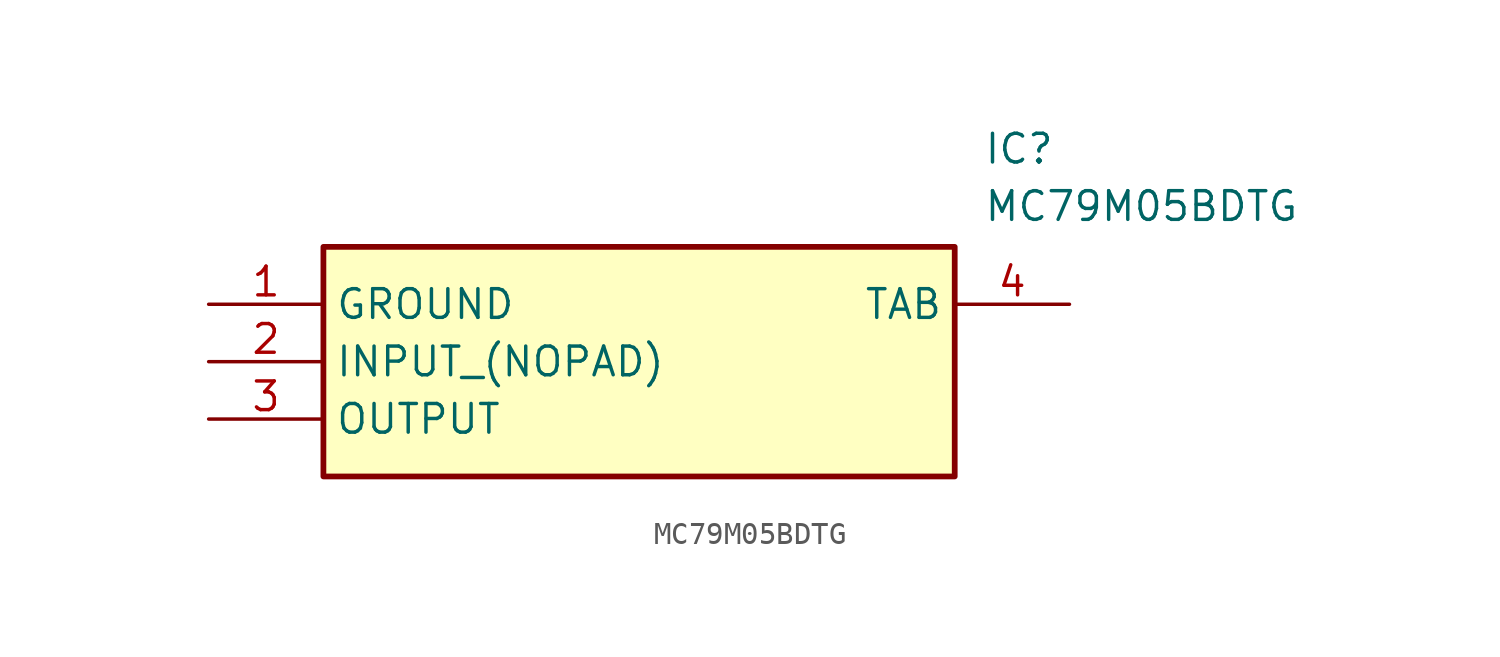
<source format=kicad_sym>
(kicad_symbol_lib
  (version 20211014)
  (generator SamacSys_ECAD_Model)
  (symbol "MC79M05BDTG"
    (property "Reference" "IC"
      (at 34.29 7.62 0)
      (effects (font (size 1.27 1.27)) (justify left top)))
    (property "Value" "MC79M05BDTG"
      (at 34.29 5.08 0)
      (effects (font (size 1.27 1.27)) (justify left top)))
    (rectangle
      (start 5.08 2.54)
      (end 33.02 -7.62)
      (stroke (width 0.254) (type default))
      (fill (type background)))
    (pin passive line
      (at 0 0 0)
      (length 5.08)
      (name "GROUND" (effects (font (size 1.27 1.27))))
      (number "1" (effects (font (size 1.27 1.27)))))
    (pin input line
      (at 0 -2.54 0)
      (length 5.08)
      (name "INPUT_(NOPAD)" (effects (font (size 1.27 1.27))))
      (number "2" (effects (font (size 1.27 1.27)))))
    (pin output line
      (at 0 -5.08 0)
      (length 5.08)
      (name "OUTPUT" (effects (font (size 1.27 1.27))))
      (number "3" (effects (font (size 1.27 1.27)))))
    (pin passive line
      (at 38.1 0 180)
      (length 5.08)
      (name "TAB" (effects (font (size 1.27 1.27))))
      (number "4" (effects (font (size 1.27 1.27)))))))
</source>
